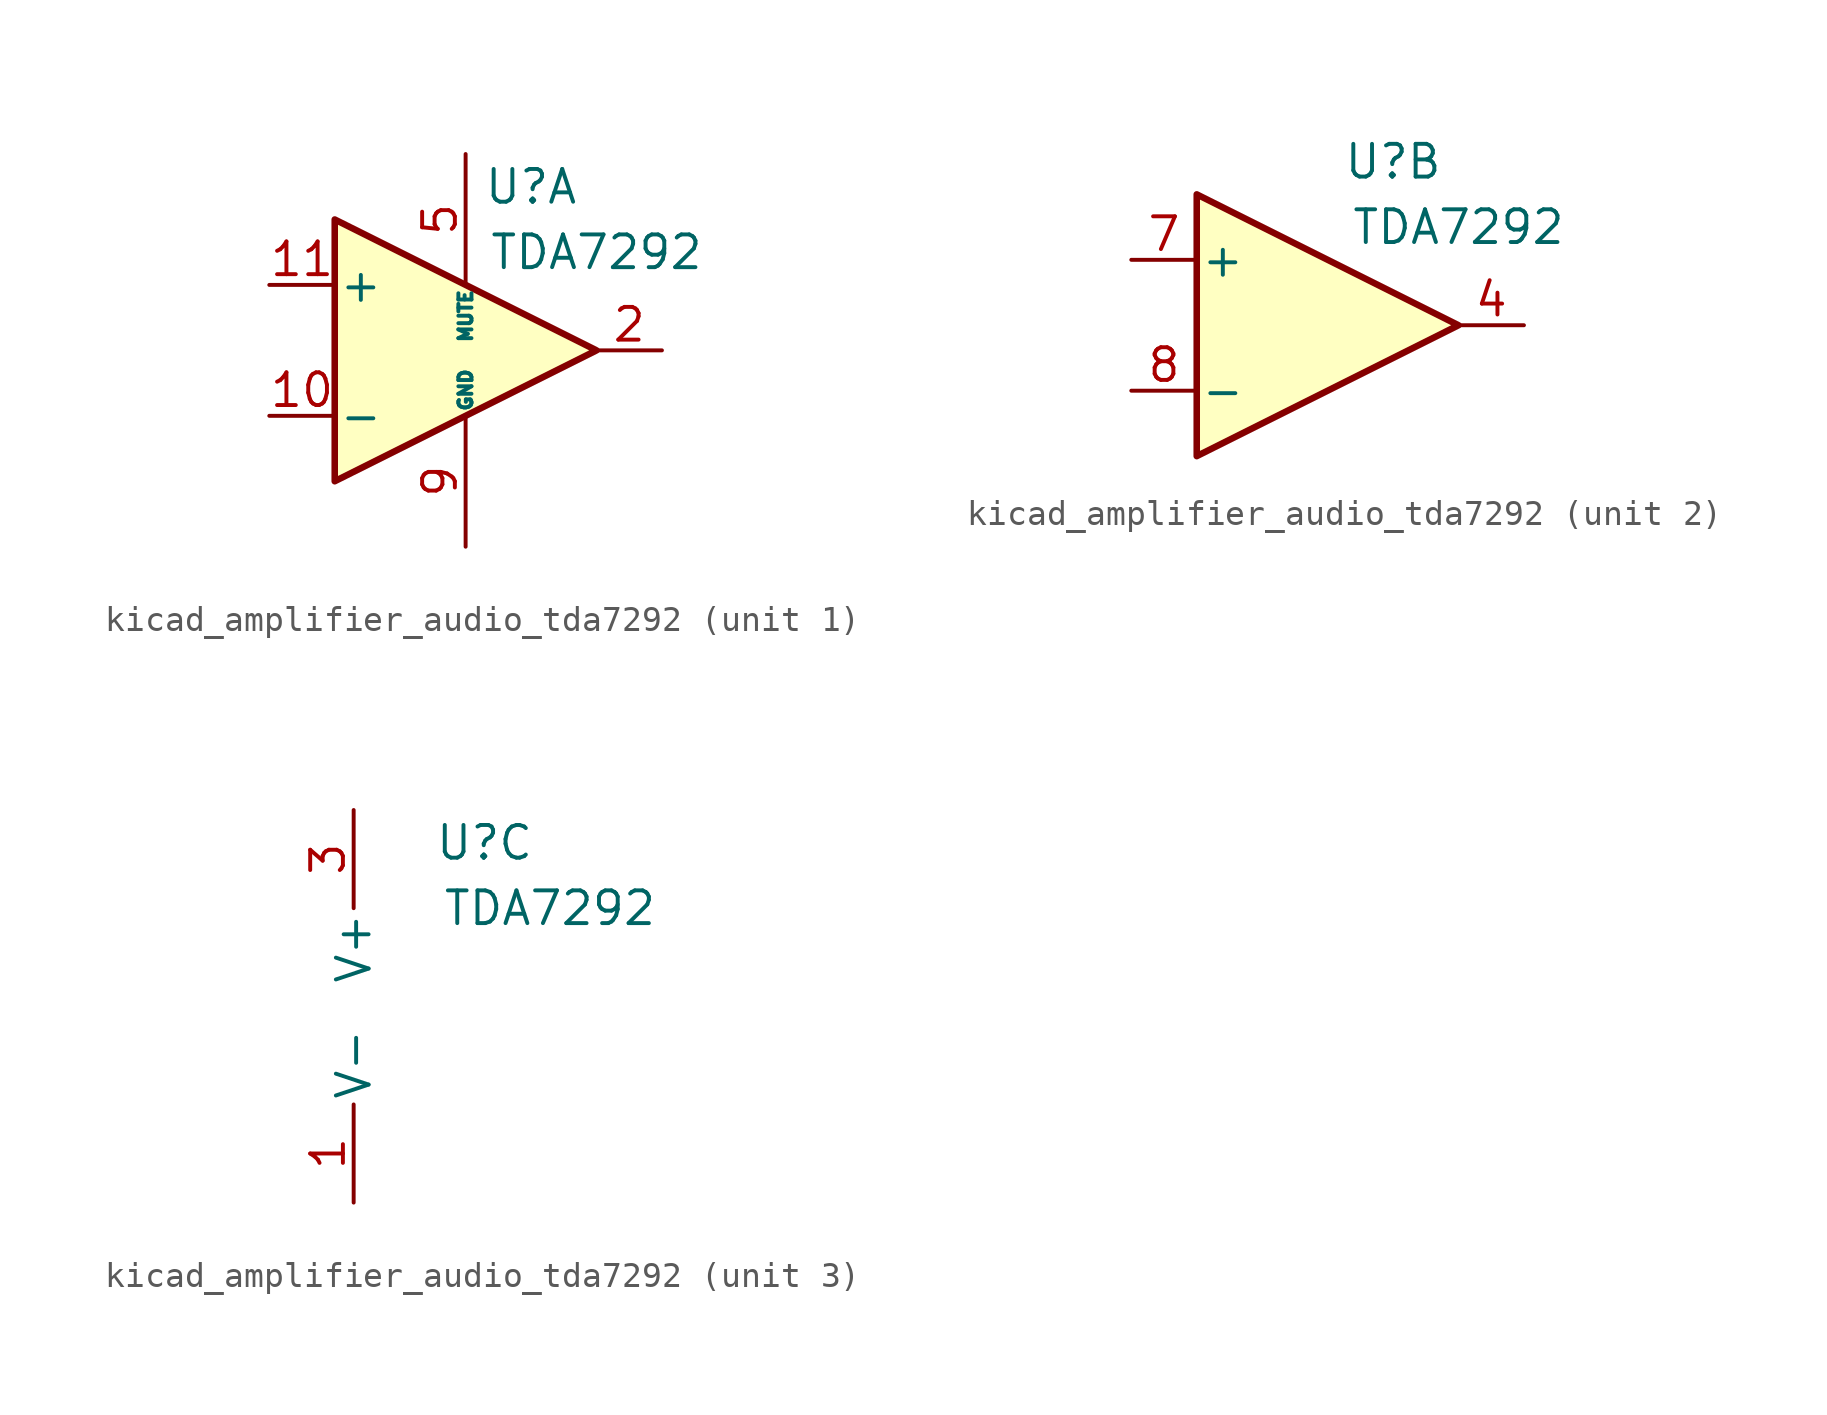
<source format=kicad_sym>
(kicad_symbol_lib
  (version 20220914)
  (generator kicad_symbol_editor)
  (symbol "kicad_amplifier_audio_tda7292"
    (pin_names
      (offset 0.127))
    (property "Reference" "U"
      (at 2.54 6.35 0)
      (effects (font (size 1.27 1.27))))
    (property "Value" "TDA7292"
      (at 5.08 3.81 0)
      (effects (font (size 1.27 1.27))))
    (property "ki_locked" ""
      (at 0 0 0)
      (effects (font (size 1.27 1.27))))
    (symbol "kicad_amplifier_audio_tda7292_1_1"
      (polyline (pts (xy 5.08 0) (xy -5.08 5.08) (xy -5.08 -5.08) (xy 5.08 0)) (stroke (width 0.254) (type default)) (fill (type background)))
      (pin input line (at -7.62 -2.54 0) (length 2.54) (name "-" (effects (font (size 1.27 1.27)))) (number "10" (effects (font (size 1.27 1.27)))))
      (pin input line (at -7.62 2.54 0) (length 2.54) (name "+" (effects (font (size 1.27 1.27)))) (number "11" (effects (font (size 1.27 1.27)))))
      (pin output line (at 7.62 0 180) (length 2.54) (name "~" (effects (font (size 1.27 1.27)))) (number "2" (effects (font (size 1.27 1.27)))))
      (pin input line (at 0 7.62 270) (length 5.08) (name "MUTE" (effects (font (size 0.508 0.508)))) (number "5" (effects (font (size 1.27 1.27)))))
      (pin power_in line (at 0 -7.62 90) (length 5.08) (name "GND" (effects (font (size 0.508 0.508)))) (number "9" (effects (font (size 1.27 1.27))))))
    (symbol "kicad_amplifier_audio_tda7292_2_1"
      (polyline (pts (xy 5.08 0) (xy -5.08 5.08) (xy -5.08 -5.08) (xy 5.08 0)) (stroke (width 0.254) (type default)) (fill (type background)))
      (pin output line (at 7.62 0 180) (length 2.54) (name "~" (effects (font (size 1.27 1.27)))) (number "4" (effects (font (size 1.27 1.27)))))
      (pin input line (at -7.62 2.54 0) (length 2.54) (name "+" (effects (font (size 1.27 1.27)))) (number "7" (effects (font (size 1.27 1.27)))))
      (pin input line (at -7.62 -2.54 0) (length 2.54) (name "-" (effects (font (size 1.27 1.27)))) (number "8" (effects (font (size 1.27 1.27))))))
    (symbol "kicad_amplifier_audio_tda7292_3_1"
      (pin power_in line (at -2.54 -7.62 90) (length 3.81) (name "V-" (effects (font (size 1.27 1.27)))) (number "1" (effects (font (size 1.27 1.27)))))
      (pin power_in line (at -2.54 7.62 270) (length 3.81) (name "V+" (effects (font (size 1.27 1.27)))) (number "3" (effects (font (size 1.27 1.27)))))
      (pin passive line (at -2.54 -7.62 90) (length 3.81) hide (name "V-" (effects (font (size 1.27 1.27)))) (number "6" (effects (font (size 1.27 1.27))))))))
</source>
